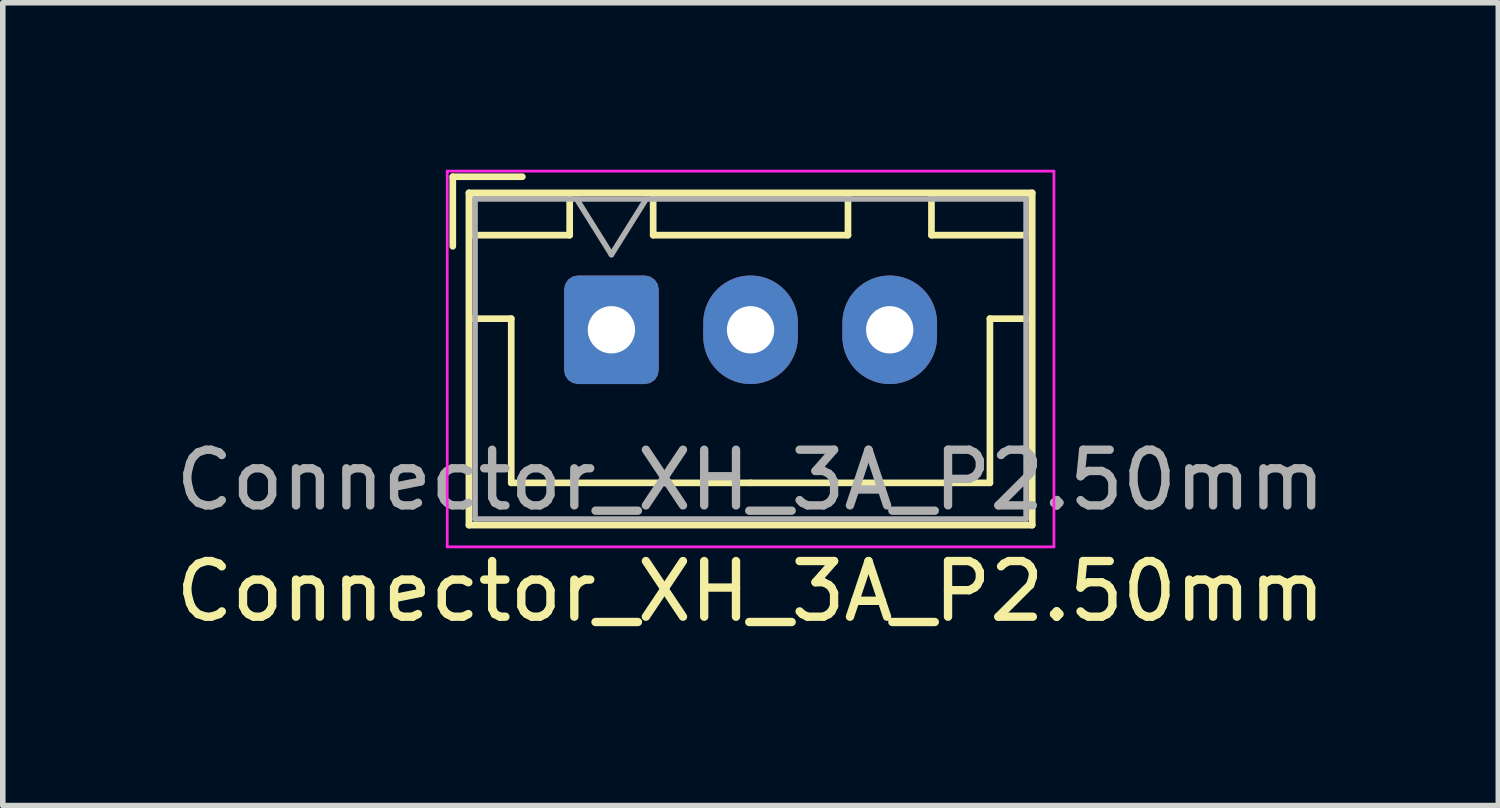
<source format=kicad_pcb>
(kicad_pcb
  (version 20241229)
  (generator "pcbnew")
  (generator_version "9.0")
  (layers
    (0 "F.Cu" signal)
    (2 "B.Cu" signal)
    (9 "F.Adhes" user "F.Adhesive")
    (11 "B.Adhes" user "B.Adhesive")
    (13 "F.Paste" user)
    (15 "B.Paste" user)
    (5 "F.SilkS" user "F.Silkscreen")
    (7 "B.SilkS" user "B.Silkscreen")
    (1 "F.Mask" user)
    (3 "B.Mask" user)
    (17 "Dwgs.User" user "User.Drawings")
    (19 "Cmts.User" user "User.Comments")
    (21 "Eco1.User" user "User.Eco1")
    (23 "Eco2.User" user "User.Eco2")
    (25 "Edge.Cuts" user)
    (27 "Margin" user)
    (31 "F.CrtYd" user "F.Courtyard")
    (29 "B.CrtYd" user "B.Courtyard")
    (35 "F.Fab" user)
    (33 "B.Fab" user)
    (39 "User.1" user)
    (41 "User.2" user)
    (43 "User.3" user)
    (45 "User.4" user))
  (footprint "Connector_XH_3A_P2.50mm"
    (layer "F.Cu")
    (at 7.935 2.875)
    (property "Reference" "Connector_XH_3A_P2.50mm" (at 2.5 4.7 0) (layer "F.SilkS") (effects (font (size 1 1) (thickness 0.15))))
    (attr through_hole)
    (fp_line (start -2.85 -2.75) (end -2.85 -1.5) (stroke (width 0.12) (type solid)) (layer "F.SilkS"))
    (fp_line (start -2.56 -2.46) (end -2.56 3.51) (stroke (width 0.12) (type solid)) (layer "F.SilkS"))
    (fp_line (start -2.56 3.51) (end 7.56 3.51) (stroke (width 0.12) (type solid)) (layer "F.SilkS"))
    (fp_line (start -2.55 -2.45) (end -2.55 -1.7) (stroke (width 0.12) (type solid)) (layer "F.SilkS"))
    (fp_line (start -2.55 -1.7) (end -0.75 -1.7) (stroke (width 0.12) (type solid)) (layer "F.SilkS"))
    (fp_line (start -2.55 -0.2) (end -1.8 -0.2) (stroke (width 0.12) (type solid)) (layer "F.SilkS"))
    (fp_line (start -1.8 -0.2) (end -1.8 2.75) (stroke (width 0.12) (type solid)) (layer "F.SilkS"))
    (fp_line (start -1.8 2.75) (end 2.5 2.75) (stroke (width 0.12) (type solid)) (layer "F.SilkS"))
    (fp_line (start -1.6 -2.75) (end -2.85 -2.75) (stroke (width 0.12) (type solid)) (layer "F.SilkS"))
    (fp_line (start -0.75 -2.45) (end -2.55 -2.45) (stroke (width 0.12) (type solid)) (layer "F.SilkS"))
    (fp_line (start -0.75 -1.7) (end -0.75 -2.45) (stroke (width 0.12) (type solid)) (layer "F.SilkS"))
    (fp_line (start 0.75 -2.45) (end 0.75 -1.7) (stroke (width 0.12) (type solid)) (layer "F.SilkS"))
    (fp_line (start 0.75 -1.7) (end 4.25 -1.7) (stroke (width 0.12) (type solid)) (layer "F.SilkS"))
    (fp_line (start 4.25 -2.45) (end 0.75 -2.45) (stroke (width 0.12) (type solid)) (layer "F.SilkS"))
    (fp_line (start 4.25 -1.7) (end 4.25 -2.45) (stroke (width 0.12) (type solid)) (layer "F.SilkS"))
    (fp_line (start 5.75 -2.45) (end 5.75 -1.7) (stroke (width 0.12) (type solid)) (layer "F.SilkS"))
    (fp_line (start 5.75 -1.7) (end 7.55 -1.7) (stroke (width 0.12) (type solid)) (layer "F.SilkS"))
    (fp_line (start 6.8 -0.2) (end 6.8 2.75) (stroke (width 0.12) (type solid)) (layer "F.SilkS"))
    (fp_line (start 6.8 2.75) (end 2.5 2.75) (stroke (width 0.12) (type solid)) (layer "F.SilkS"))
    (fp_line (start 7.55 -2.45) (end 5.75 -2.45) (stroke (width 0.12) (type solid)) (layer "F.SilkS"))
    (fp_line (start 7.55 -1.7) (end 7.55 -2.45) (stroke (width 0.12) (type solid)) (layer "F.SilkS"))
    (fp_line (start 7.55 -0.2) (end 6.8 -0.2) (stroke (width 0.12) (type solid)) (layer "F.SilkS"))
    (fp_line (start 7.56 -2.46) (end -2.56 -2.46) (stroke (width 0.12) (type solid)) (layer "F.SilkS"))
    (fp_line (start 7.56 3.51) (end 7.56 -2.46) (stroke (width 0.12) (type solid)) (layer "F.SilkS"))
    (fp_line (start -2.95 -2.85) (end -2.95 3.9) (stroke (width 0.05) (type solid)) (layer "F.CrtYd"))
    (fp_line (start -2.95 3.9) (end 7.95 3.9) (stroke (width 0.05) (type solid)) (layer "F.CrtYd"))
    (fp_line (start 7.95 -2.85) (end -2.95 -2.85) (stroke (width 0.05) (type solid)) (layer "F.CrtYd"))
    (fp_line (start 7.95 3.9) (end 7.95 -2.85) (stroke (width 0.05) (type solid)) (layer "F.CrtYd"))
    (fp_line (start -2.45 -2.35) (end -2.45 3.4) (stroke (width 0.1) (type solid)) (layer "F.Fab"))
    (fp_line (start -2.45 3.4) (end 7.45 3.4) (stroke (width 0.1) (type solid)) (layer "F.Fab"))
    (fp_line (start -0.625 -2.35) (end 0 -1.35) (stroke (width 0.1) (type solid)) (layer "F.Fab"))
    (fp_line (start 0 -1.35) (end 0.625 -2.35) (stroke (width 0.1) (type solid)) (layer "F.Fab"))
    (fp_line (start 7.45 -2.35) (end -2.45 -2.35) (stroke (width 0.1) (type solid)) (layer "F.Fab"))
    (fp_line (start 7.45 3.4) (end 7.45 -2.35) (stroke (width 0.1) (type solid)) (layer "F.Fab"))
    (fp_text user "${REFERENCE}" (at 2.5 2.7 0) (layer "F.Fab") (effects (font (size 1 1) (thickness 0.15))))
    (pad "1" thru_hole roundrect (at 0 0) (size 1.7 1.95) (drill 0.85) (layers "*.Cu" "*.Mask") (roundrect_rratio 0.147))
    (pad "2" thru_hole oval (at 2.5 0) (size 1.7 1.95) (drill 0.85) (layers "*.Cu" "*.Mask"))
    (pad "3" thru_hole oval (at 5 0) (size 1.7 1.95) (drill 0.85) (layers "*.Cu" "*.Mask")))
  (gr_rect
    (start -3 -3)
    (end 23.869 11.423)
    (stroke (width 0.1) (type default))
    (fill no)
    (layer "Edge.Cuts")))
</source>
